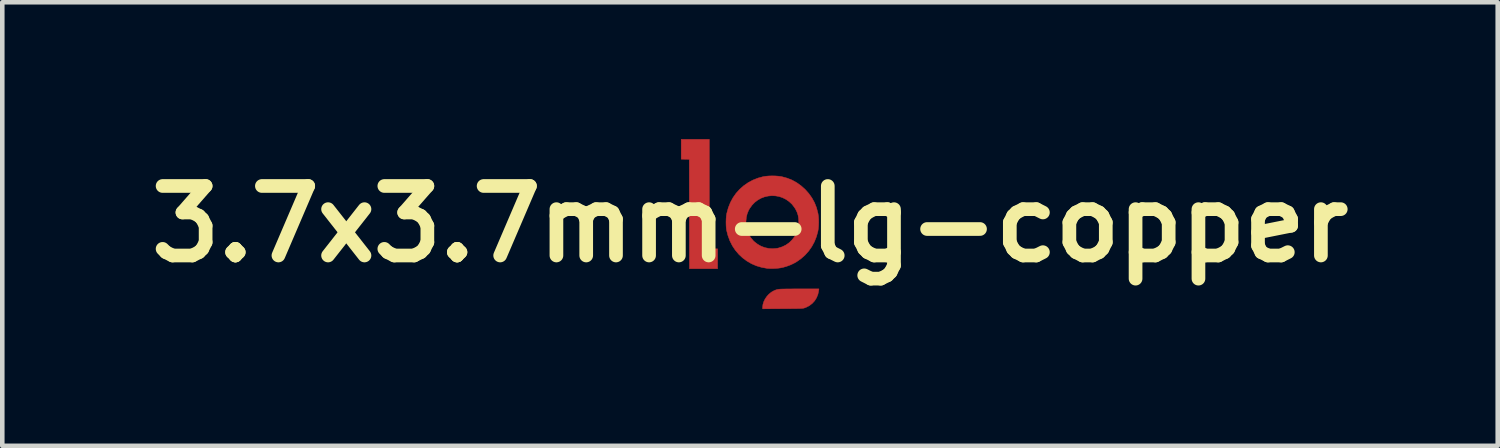
<source format=kicad_pcb>
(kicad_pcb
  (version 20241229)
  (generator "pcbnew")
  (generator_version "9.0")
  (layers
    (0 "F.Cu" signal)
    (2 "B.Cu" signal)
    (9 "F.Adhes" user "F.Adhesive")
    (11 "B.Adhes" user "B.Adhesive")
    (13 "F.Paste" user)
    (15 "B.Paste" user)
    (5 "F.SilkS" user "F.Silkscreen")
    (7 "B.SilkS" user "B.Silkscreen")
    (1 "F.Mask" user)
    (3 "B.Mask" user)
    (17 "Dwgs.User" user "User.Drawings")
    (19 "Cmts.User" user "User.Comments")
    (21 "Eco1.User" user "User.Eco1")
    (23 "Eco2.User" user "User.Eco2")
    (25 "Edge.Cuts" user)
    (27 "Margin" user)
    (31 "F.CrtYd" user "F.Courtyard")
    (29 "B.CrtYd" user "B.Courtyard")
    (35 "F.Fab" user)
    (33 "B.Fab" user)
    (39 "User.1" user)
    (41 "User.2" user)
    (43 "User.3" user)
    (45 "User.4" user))
  (footprint "3.7x3.7mm-lg-copper"
    (layer "F.Cu")
    (at 13.397 1.863)
    (property "Reference" "3.7x3.7mm-lg-copper" (at 0 0 0) (layer "F.SilkS") (effects (font (size 1.524 1.524) (thickness 0.3))))
    (attr through_hole)
    (fp_poly (pts (xy -0.893 0.544) (xy -0.711 0.544) (xy -0.711 0.98) (xy -1.328 0.98) (xy -1.33 -0.22) (xy -1.332 -1.419) (xy -1.509 -1.423) (xy -1.509 -1.858) (xy -0.893 -1.858) (xy -0.893 0.544)) (stroke (width 0.01) (type solid)) (fill yes) (layer "F.Cu"))
    (fp_poly (pts (xy 1.506 1.46) (xy 1.489 1.541) (xy 1.459 1.615) (xy 1.418 1.682) (xy 1.366 1.739) (xy 1.303 1.788) (xy 1.23 1.826) (xy 1.19 1.841) (xy 1.181 1.843) (xy 1.17 1.846) (xy 1.157 1.848) (xy 1.14 1.849) (xy 1.118 1.851) (xy 1.09 1.852) (xy 1.054 1.853) (xy 1.01 1.854) (xy 0.957 1.854) (xy 0.892 1.855) (xy 0.816 1.856) (xy 0.726 1.856) (xy 0.713 1.856) (xy 0.276 1.859) (xy 0.276 1.825) (xy 0.283 1.764) (xy 0.302 1.702) (xy 0.332 1.641) (xy 0.371 1.585) (xy 0.418 1.534) (xy 0.47 1.493) (xy 0.508 1.471) (xy 0.528 1.461) (xy 0.546 1.453) (xy 0.563 1.446) (xy 0.581 1.44) (xy 0.601 1.435) (xy 0.623 1.431) (xy 0.65 1.428) (xy 0.682 1.426) (xy 0.722 1.425) (xy 0.769 1.424) (xy 0.826 1.423) (xy 0.893 1.423) (xy 0.972 1.422) (xy 1.064 1.422) (xy 1.511 1.422) (xy 1.506 1.46)) (stroke (width 0.01) (type solid)) (fill yes) (layer "F.Cu"))
    (fp_poly (pts (xy 0.55 -1.055) (xy 0.618 -1.05) (xy 0.679 -1.042) (xy 0.696 -1.039) (xy 0.813 -1.007) (xy 0.922 -0.964) (xy 1.023 -0.908) (xy 1.118 -0.84) (xy 1.209 -0.759) (xy 1.29 -0.668) (xy 1.358 -0.572) (xy 1.414 -0.47) (xy 1.457 -0.361) (xy 1.488 -0.243) (xy 1.492 -0.225) (xy 1.5 -0.168) (xy 1.505 -0.101) (xy 1.506 -0.03) (xy 1.503 0.041) (xy 1.497 0.107) (xy 1.489 0.157) (xy 1.456 0.277) (xy 1.411 0.39) (xy 1.354 0.495) (xy 1.285 0.593) (xy 1.205 0.682) (xy 1.115 0.761) (xy 1.015 0.831) (xy 0.957 0.863) (xy 0.887 0.896) (xy 0.809 0.925) (xy 0.731 0.948) (xy 0.671 0.961) (xy 0.621 0.968) (xy 0.563 0.973) (xy 0.503 0.976) (xy 0.445 0.976) (xy 0.395 0.974) (xy 0.377 0.972) (xy 0.256 0.95) (xy 0.14 0.916) (xy 0.031 0.869) (xy -0.07 0.81) (xy -0.163 0.741) (xy -0.248 0.661) (xy -0.323 0.572) (xy -0.388 0.474) (xy -0.442 0.367) (xy -0.484 0.253) (xy -0.513 0.141) (xy -0.521 0.087) (xy -0.525 0.023) (xy -0.526 -0.045) (xy -0.526 -0.047) (xy -0.09 -0.047) (xy -0.084 0.047) (xy -0.064 0.136) (xy -0.032 0.219) (xy 0.013 0.295) (xy 0.071 0.365) (xy 0.094 0.387) (xy 0.165 0.442) (xy 0.242 0.486) (xy 0.325 0.517) (xy 0.412 0.535) (xy 0.502 0.54) (xy 0.592 0.532) (xy 0.622 0.526) (xy 0.707 0.499) (xy 0.786 0.46) (xy 0.858 0.41) (xy 0.921 0.349) (xy 0.975 0.279) (xy 1.019 0.2) (xy 1.049 0.12) (xy 1.058 0.089) (xy 1.064 0.062) (xy 1.067 0.033) (xy 1.069 -0.001) (xy 1.069 -0.04) (xy 1.065 -0.122) (xy 1.053 -0.195) (xy 1.03 -0.263) (xy 0.997 -0.329) (xy 0.977 -0.361) (xy 0.922 -0.433) (xy 0.859 -0.492) (xy 0.789 -0.541) (xy 0.715 -0.578) (xy 0.638 -0.604) (xy 0.558 -0.618) (xy 0.477 -0.622) (xy 0.396 -0.614) (xy 0.317 -0.596) (xy 0.241 -0.567) (xy 0.169 -0.526) (xy 0.103 -0.476) (xy 0.044 -0.414) (xy -0.008 -0.342) (xy -0.032 -0.3) (xy -0.063 -0.223) (xy -0.082 -0.142) (xy -0.089 -0.054) (xy -0.09 -0.047) (xy -0.526 -0.047) (xy -0.524 -0.114) (xy -0.519 -0.178) (xy -0.51 -0.234) (xy -0.509 -0.237) (xy -0.476 -0.358) (xy -0.431 -0.471) (xy -0.374 -0.577) (xy -0.306 -0.674) (xy -0.228 -0.761) (xy -0.14 -0.839) (xy -0.043 -0.907) (xy 0.063 -0.964) (xy 0.177 -1.009) (xy 0.289 -1.039) (xy 0.344 -1.048) (xy 0.409 -1.054) (xy 0.479 -1.056) (xy 0.55 -1.055)) (stroke (width 0.01) (type solid)) (fill yes) (layer "F.Cu"))
    (fp_poly (pts (xy -0.893 0.544) (xy -0.711 0.544) (xy -0.711 0.98) (xy -1.328 0.98) (xy -1.33 -0.22) (xy -1.332 -1.419) (xy -1.509 -1.423) (xy -1.509 -1.858) (xy -0.893 -1.858) (xy -0.893 0.544)) (stroke (width 0.01) (type solid)) (fill yes) (layer "F.Mask"))
    (fp_poly (pts (xy 1.506 1.46) (xy 1.489 1.541) (xy 1.459 1.615) (xy 1.418 1.682) (xy 1.366 1.739) (xy 1.303 1.788) (xy 1.23 1.826) (xy 1.19 1.841) (xy 1.181 1.843) (xy 1.17 1.846) (xy 1.157 1.848) (xy 1.14 1.849) (xy 1.118 1.851) (xy 1.09 1.852) (xy 1.054 1.853) (xy 1.01 1.854) (xy 0.957 1.854) (xy 0.892 1.855) (xy 0.816 1.856) (xy 0.726 1.856) (xy 0.713 1.856) (xy 0.276 1.859) (xy 0.276 1.825) (xy 0.283 1.764) (xy 0.302 1.702) (xy 0.332 1.641) (xy 0.371 1.585) (xy 0.418 1.534) (xy 0.47 1.493) (xy 0.508 1.471) (xy 0.528 1.461) (xy 0.546 1.453) (xy 0.563 1.446) (xy 0.581 1.44) (xy 0.601 1.435) (xy 0.623 1.431) (xy 0.65 1.428) (xy 0.682 1.426) (xy 0.722 1.425) (xy 0.769 1.424) (xy 0.826 1.423) (xy 0.893 1.423) (xy 0.972 1.422) (xy 1.064 1.422) (xy 1.511 1.422) (xy 1.506 1.46)) (stroke (width 0.01) (type solid)) (fill yes) (layer "F.Mask"))
    (fp_poly (pts (xy 0.55 -1.055) (xy 0.618 -1.05) (xy 0.679 -1.042) (xy 0.696 -1.039) (xy 0.813 -1.007) (xy 0.922 -0.964) (xy 1.023 -0.908) (xy 1.118 -0.84) (xy 1.209 -0.759) (xy 1.29 -0.668) (xy 1.358 -0.572) (xy 1.414 -0.47) (xy 1.457 -0.361) (xy 1.488 -0.243) (xy 1.492 -0.225) (xy 1.5 -0.168) (xy 1.505 -0.101) (xy 1.506 -0.03) (xy 1.503 0.041) (xy 1.497 0.107) (xy 1.489 0.157) (xy 1.456 0.277) (xy 1.411 0.39) (xy 1.354 0.495) (xy 1.285 0.593) (xy 1.205 0.682) (xy 1.115 0.761) (xy 1.015 0.831) (xy 0.957 0.863) (xy 0.887 0.896) (xy 0.809 0.925) (xy 0.731 0.948) (xy 0.671 0.961) (xy 0.621 0.968) (xy 0.563 0.973) (xy 0.503 0.976) (xy 0.445 0.976) (xy 0.395 0.974) (xy 0.377 0.972) (xy 0.256 0.95) (xy 0.14 0.916) (xy 0.031 0.869) (xy -0.07 0.81) (xy -0.163 0.741) (xy -0.248 0.661) (xy -0.323 0.572) (xy -0.388 0.474) (xy -0.442 0.367) (xy -0.484 0.253) (xy -0.513 0.141) (xy -0.521 0.087) (xy -0.525 0.023) (xy -0.526 -0.045) (xy -0.526 -0.047) (xy -0.09 -0.047) (xy -0.084 0.047) (xy -0.064 0.136) (xy -0.032 0.219) (xy 0.013 0.295) (xy 0.071 0.365) (xy 0.094 0.387) (xy 0.165 0.442) (xy 0.242 0.486) (xy 0.325 0.517) (xy 0.412 0.535) (xy 0.502 0.54) (xy 0.592 0.532) (xy 0.622 0.526) (xy 0.707 0.499) (xy 0.786 0.46) (xy 0.858 0.41) (xy 0.921 0.349) (xy 0.975 0.279) (xy 1.019 0.2) (xy 1.049 0.12) (xy 1.058 0.089) (xy 1.064 0.062) (xy 1.067 0.033) (xy 1.069 -0.001) (xy 1.069 -0.04) (xy 1.065 -0.122) (xy 1.053 -0.195) (xy 1.03 -0.263) (xy 0.997 -0.329) (xy 0.977 -0.361) (xy 0.922 -0.433) (xy 0.859 -0.492) (xy 0.789 -0.541) (xy 0.715 -0.578) (xy 0.638 -0.604) (xy 0.558 -0.618) (xy 0.477 -0.622) (xy 0.396 -0.614) (xy 0.317 -0.596) (xy 0.241 -0.567) (xy 0.169 -0.526) (xy 0.103 -0.476) (xy 0.044 -0.414) (xy -0.008 -0.342) (xy -0.032 -0.3) (xy -0.063 -0.223) (xy -0.082 -0.142) (xy -0.089 -0.054) (xy -0.09 -0.047) (xy -0.526 -0.047) (xy -0.524 -0.114) (xy -0.519 -0.178) (xy -0.51 -0.234) (xy -0.509 -0.237) (xy -0.476 -0.358) (xy -0.431 -0.471) (xy -0.374 -0.577) (xy -0.306 -0.674) (xy -0.228 -0.761) (xy -0.14 -0.839) (xy -0.043 -0.907) (xy 0.063 -0.964) (xy 0.177 -1.009) (xy 0.289 -1.039) (xy 0.344 -1.048) (xy 0.409 -1.054) (xy 0.479 -1.056) (xy 0.55 -1.055)) (stroke (width 0.01) (type solid)) (fill yes) (layer "F.Mask")))
  (gr_rect
    (start -3 -3)
    (end 29.793 6.726)
    (stroke (width 0.1) (type default))
    (fill no)
    (layer "Edge.Cuts")))
</source>
